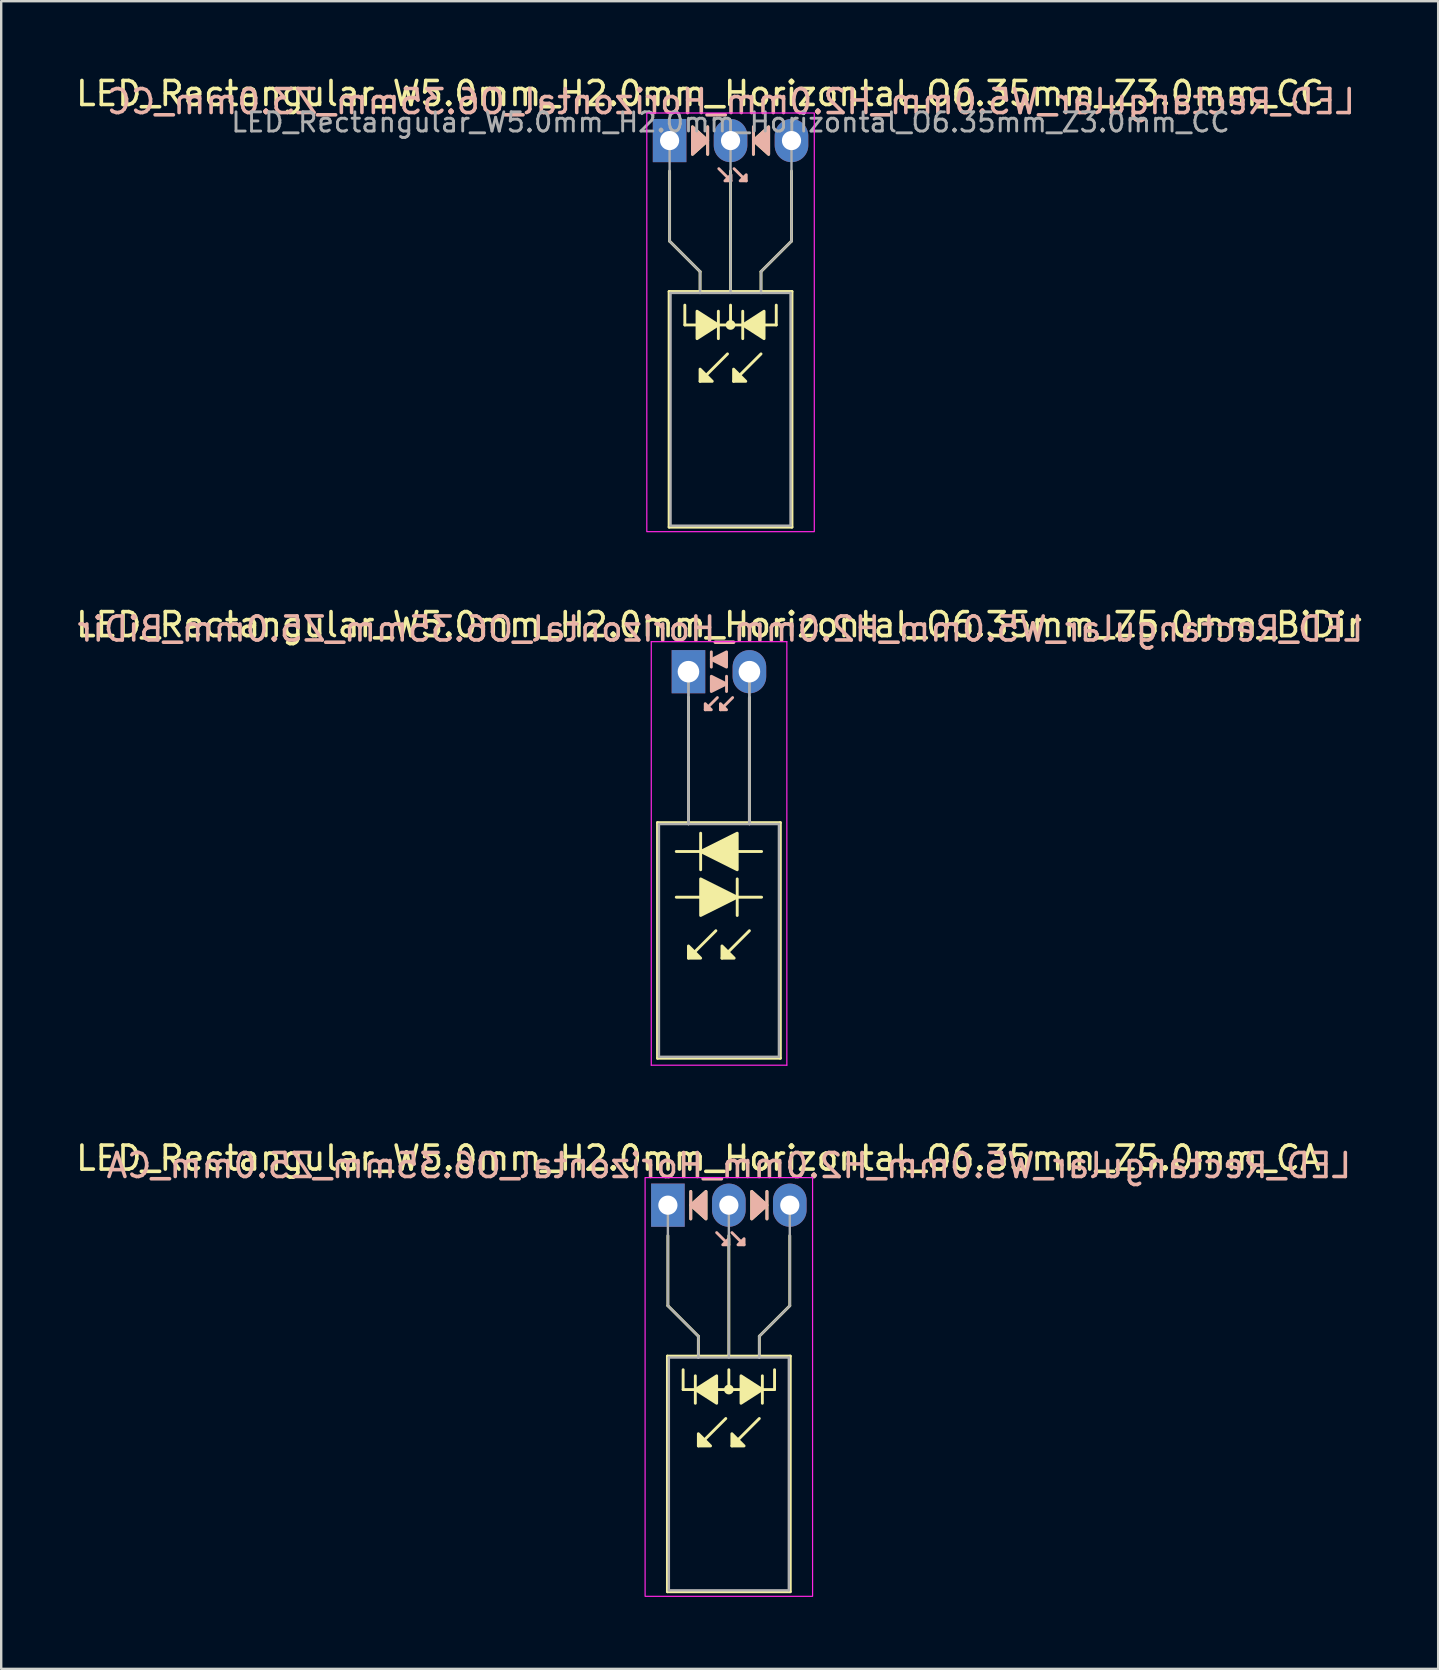
<source format=kicad_pcb>
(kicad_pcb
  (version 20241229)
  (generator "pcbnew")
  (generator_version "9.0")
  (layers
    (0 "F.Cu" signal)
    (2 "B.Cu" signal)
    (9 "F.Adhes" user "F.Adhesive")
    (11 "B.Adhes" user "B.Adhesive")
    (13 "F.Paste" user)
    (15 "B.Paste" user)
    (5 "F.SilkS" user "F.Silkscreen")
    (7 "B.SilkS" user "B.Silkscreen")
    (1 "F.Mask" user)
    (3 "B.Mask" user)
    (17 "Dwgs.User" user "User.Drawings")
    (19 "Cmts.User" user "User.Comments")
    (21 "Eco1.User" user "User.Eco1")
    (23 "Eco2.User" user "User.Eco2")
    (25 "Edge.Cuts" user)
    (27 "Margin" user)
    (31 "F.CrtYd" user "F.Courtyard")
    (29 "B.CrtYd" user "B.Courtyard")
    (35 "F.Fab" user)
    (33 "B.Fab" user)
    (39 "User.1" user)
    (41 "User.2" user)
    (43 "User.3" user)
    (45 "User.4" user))
  (footprint "LED_Rectangular_W5.0mm_H2.0mm_Horizontal_O6.35mm_Z5.0mm_BiDir"
    (layer "F.Cu")
    (at 25.641 24.942)
    (property "Reference" "LED_Rectangular_W5.0mm_H2.0mm_Horizontal_O6.35mm_Z5.0mm_BiDir" (at 1.27 -1.96 0) (layer "F.SilkS") (effects (font (size 1 1) (thickness 0.15))))
    (fp_line (start -1.29 6.29) (end -1.29 16.11) (stroke (width 0.12) (type solid)) (layer "F.SilkS"))
    (fp_line (start -1.29 16.11) (end 3.83 16.11) (stroke (width 0.12) (type solid)) (layer "F.SilkS"))
    (fp_line (start -0.508 9.398) (end 0.508 9.398) (stroke (width 0.12) (type solid)) (layer "F.SilkS"))
    (fp_line (start 0 1.08) (end 0 1.08) (stroke (width 0.12) (type solid)) (layer "F.SilkS"))
    (fp_line (start 0 1.08) (end 0 6.29) (stroke (width 0.12) (type solid)) (layer "F.SilkS"))
    (fp_line (start 0 6.29) (end 0 1.08) (stroke (width 0.12) (type solid)) (layer "F.SilkS"))
    (fp_line (start 0 6.29) (end 0 6.29) (stroke (width 0.12) (type solid)) (layer "F.SilkS"))
    (fp_line (start 0.508 6.731) (end 0.508 8.255) (stroke (width 0.12) (type solid)) (layer "F.SilkS"))
    (fp_line (start 0.508 7.493) (end -0.508 7.493) (stroke (width 0.12) (type solid)) (layer "F.SilkS"))
    (fp_line (start 1.143 10.795) (end 0 11.938) (stroke (width 0.12) (type solid)) (layer "F.SilkS"))
    (fp_line (start 2.032 9.398) (end 3.048 9.398) (stroke (width 0.12) (type solid)) (layer "F.SilkS"))
    (fp_line (start 2.032 10.16) (end 2.032 8.636) (stroke (width 0.12) (type solid)) (layer "F.SilkS"))
    (fp_line (start 2.54 1.08) (end 2.54 1.08) (stroke (width 0.12) (type solid)) (layer "F.SilkS"))
    (fp_line (start 2.54 1.08) (end 2.54 6.29) (stroke (width 0.12) (type solid)) (layer "F.SilkS"))
    (fp_line (start 2.54 6.29) (end 2.54 1.08) (stroke (width 0.12) (type solid)) (layer "F.SilkS"))
    (fp_line (start 2.54 6.29) (end 2.54 6.29) (stroke (width 0.12) (type solid)) (layer "F.SilkS"))
    (fp_line (start 2.54 10.795) (end 1.397 11.938) (stroke (width 0.12) (type solid)) (layer "F.SilkS"))
    (fp_line (start 3.048 7.493) (end 2.032 7.493) (stroke (width 0.12) (type solid)) (layer "F.SilkS"))
    (fp_line (start 3.83 6.29) (end -1.29 6.29) (stroke (width 0.12) (type solid)) (layer "F.SilkS"))
    (fp_line (start 3.83 16.11) (end 3.83 6.29) (stroke (width 0.12) (type solid)) (layer "F.SilkS"))
    (fp_poly (pts (xy 0 11.43) (xy 0.508 11.938) (xy 0 11.938)) (stroke (width 0.12) (type solid)) (fill yes) (layer "F.SilkS"))
    (fp_poly (pts (xy 0.508 8.636) (xy 2.032 9.398) (xy 0.508 10.16)) (stroke (width 0.12) (type solid)) (fill yes) (layer "F.SilkS"))
    (fp_poly (pts (xy 1.397 11.43) (xy 1.905 11.938) (xy 1.397 11.938)) (stroke (width 0.12) (type solid)) (fill yes) (layer "F.SilkS"))
    (fp_poly (pts (xy 2.032 8.255) (xy 0.508 7.493) (xy 2.032 6.731)) (stroke (width 0.12) (type solid)) (fill yes) (layer "F.SilkS"))
    (fp_line (start 0.953 -0.826) (end 0.953 -0.191) (stroke (width 0.12) (type solid)) (layer "B.SilkS"))
    (fp_line (start 1.206 1.079) (end 0.699 1.587) (stroke (width 0.12) (type solid)) (layer "B.SilkS"))
    (fp_line (start 1.587 0.826) (end 1.587 0.191) (stroke (width 0.12) (type solid)) (layer "B.SilkS"))
    (fp_line (start 1.841 1.079) (end 1.333 1.587) (stroke (width 0.12) (type solid)) (layer "B.SilkS"))
    (fp_poly (pts (xy 0.699 1.333) (xy 0.953 1.587) (xy 0.699 1.587)) (stroke (width 0.12) (type solid)) (fill yes) (layer "B.SilkS"))
    (fp_poly (pts (xy 0.953 0.191) (xy 1.587 0.508) (xy 0.953 0.826)) (stroke (width 0.12) (type solid)) (fill yes) (layer "B.SilkS"))
    (fp_poly (pts (xy 1.333 1.333) (xy 1.587 1.587) (xy 1.333 1.587)) (stroke (width 0.12) (type solid)) (fill yes) (layer "B.SilkS"))
    (fp_poly (pts (xy 1.587 -0.191) (xy 0.953 -0.508) (xy 1.587 -0.826)) (stroke (width 0.12) (type solid)) (fill yes) (layer "B.SilkS"))
    (fp_line (start -1.55 -1.25) (end -1.55 16.4) (stroke (width 0.05) (type solid)) (layer "F.CrtYd"))
    (fp_line (start -1.55 16.4) (end 4.1 16.4) (stroke (width 0.05) (type solid)) (layer "F.CrtYd"))
    (fp_line (start 4.1 -1.25) (end -1.55 -1.25) (stroke (width 0.05) (type solid)) (layer "F.CrtYd"))
    (fp_line (start 4.1 16.4) (end 4.1 -1.25) (stroke (width 0.05) (type solid)) (layer "F.CrtYd"))
    (fp_line (start -1.23 6.35) (end -1.23 16.05) (stroke (width 0.1) (type solid)) (layer "F.Fab"))
    (fp_line (start -1.23 16.05) (end 3.77 16.05) (stroke (width 0.1) (type solid)) (layer "F.Fab"))
    (fp_line (start 0 0) (end 0 0) (stroke (width 0.1) (type solid)) (layer "F.Fab"))
    (fp_line (start 0 0) (end 0 6.35) (stroke (width 0.1) (type solid)) (layer "F.Fab"))
    (fp_line (start 0 6.35) (end 0 0) (stroke (width 0.1) (type solid)) (layer "F.Fab"))
    (fp_line (start 0 6.35) (end 0 6.35) (stroke (width 0.1) (type solid)) (layer "F.Fab"))
    (fp_line (start 2.54 0) (end 2.54 0) (stroke (width 0.1) (type solid)) (layer "F.Fab"))
    (fp_line (start 2.54 0) (end 2.54 6.35) (stroke (width 0.1) (type solid)) (layer "F.Fab"))
    (fp_line (start 2.54 6.35) (end 2.54 0) (stroke (width 0.1) (type solid)) (layer "F.Fab"))
    (fp_line (start 2.54 6.35) (end 2.54 6.35) (stroke (width 0.1) (type solid)) (layer "F.Fab"))
    (fp_line (start 3.77 6.35) (end -1.23 6.35) (stroke (width 0.1) (type solid)) (layer "F.Fab"))
    (fp_line (start 3.77 16.05) (end 3.77 6.35) (stroke (width 0.1) (type solid)) (layer "F.Fab"))
    (fp_text user "${REFERENCE}" (at 1.333 -1.778 0) (layer "B.SilkS") (effects (font (size 1 1) (thickness 0.15)) (justify mirror)))
    (pad "1" thru_hole rect (at 0 0) (size 1.4 1.8) (drill 0.9) (layers "*.Cu" "*.Mask"))
    (pad "2" thru_hole oval (at 2.54 0) (size 1.4 1.8) (drill 0.9) (layers "*.Cu" "*.Mask")))
  (footprint "LED_Rectangular_W5.0mm_H2.0mm_Horizontal_O6.35mm_Z3.0mm_CC"
    (layer "F.Cu")
    (at 24.855 2.808)
    (property "Reference" "LED_Rectangular_W5.0mm_H2.0mm_Horizontal_O6.35mm_Z3.0mm_CC" (at 1.27 -1.96 0) (layer "F.SilkS") (effects (font (size 1 1) (thickness 0.15))))
    (fp_line (start -0.02 6.29) (end -0.02 16.11) (stroke (width 0.12) (type solid)) (layer "F.SilkS"))
    (fp_line (start -0.02 16.11) (end 5.1 16.11) (stroke (width 0.12) (type solid)) (layer "F.SilkS"))
    (fp_line (start 0 1.27) (end 0 4.191) (stroke (width 0.12) (type default)) (layer "F.SilkS"))
    (fp_line (start 0 4.191) (end 1.27 5.461) (stroke (width 0.12) (type default)) (layer "F.SilkS"))
    (fp_line (start 0.635 7.684) (end 0.635 6.858) (stroke (width 0.12) (type default)) (layer "F.SilkS"))
    (fp_line (start 0.635 7.684) (end 4.445 7.684) (stroke (width 0.12) (type default)) (layer "F.SilkS"))
    (fp_line (start 1.27 5.461) (end 1.27 6.29) (stroke (width 0.12) (type default)) (layer "F.SilkS"))
    (fp_line (start 1.27 6.29) (end 1.27 6.29) (stroke (width 0.12) (type solid)) (layer "F.SilkS"))
    (fp_line (start 1.587 0.572) (end 1.587 -0.572) (stroke (width 0.12) (type solid)) (layer "F.SilkS"))
    (fp_line (start 2.032 8.255) (end 2.032 7.112) (stroke (width 0.12) (type solid)) (layer "F.SilkS"))
    (fp_line (start 2.413 8.89) (end 1.27 10.033) (stroke (width 0.12) (type solid)) (layer "F.SilkS"))
    (fp_line (start 2.54 6.29) (end 2.54 1.27) (stroke (width 0.12) (type default)) (layer "F.SilkS"))
    (fp_line (start 2.54 7.684) (end 2.54 6.858) (stroke (width 0.12) (type default)) (layer "F.SilkS"))
    (fp_line (start 3.048 7.112) (end 3.048 8.255) (stroke (width 0.12) (type solid)) (layer "F.SilkS"))
    (fp_line (start 3.493 -0.572) (end 3.493 0.572) (stroke (width 0.12) (type solid)) (layer "F.SilkS"))
    (fp_line (start 3.81 5.461) (end 3.81 6.29) (stroke (width 0.12) (type default)) (layer "F.SilkS"))
    (fp_line (start 3.81 6.29) (end 3.81 6.29) (stroke (width 0.12) (type solid)) (layer "F.SilkS"))
    (fp_line (start 3.81 8.89) (end 2.667 10.033) (stroke (width 0.12) (type solid)) (layer "F.SilkS"))
    (fp_line (start 4.445 7.684) (end 4.445 6.858) (stroke (width 0.12) (type default)) (layer "F.SilkS"))
    (fp_line (start 5.08 1.27) (end 5.08 4.191) (stroke (width 0.12) (type default)) (layer "F.SilkS"))
    (fp_line (start 5.08 4.191) (end 3.81 5.461) (stroke (width 0.12) (type default)) (layer "F.SilkS"))
    (fp_line (start 5.1 6.29) (end -0.02 6.29) (stroke (width 0.12) (type solid)) (layer "F.SilkS"))
    (fp_line (start 5.1 16.11) (end 5.1 6.29) (stroke (width 0.12) (type solid)) (layer "F.SilkS"))
    (fp_circle (center 2.54 7.684) (end 2.682 7.684) (stroke (width 0.12) (type solid)) (fill yes) (layer "F.SilkS"))
    (fp_poly (pts (xy 0.953 -0.572) (xy 1.587 0) (xy 0.953 0.572)) (stroke (width 0.12) (type solid)) (fill yes) (layer "F.SilkS"))
    (fp_poly (pts (xy 1.143 7.112) (xy 2.032 7.684) (xy 1.143 8.255)) (stroke (width 0.12) (type solid)) (fill yes) (layer "F.SilkS"))
    (fp_poly (pts (xy 1.27 9.525) (xy 1.778 10.033) (xy 1.27 10.033)) (stroke (width 0.12) (type solid)) (fill yes) (layer "F.SilkS"))
    (fp_poly (pts (xy 2.667 9.525) (xy 3.175 10.033) (xy 2.667 10.033)) (stroke (width 0.12) (type solid)) (fill yes) (layer "F.SilkS"))
    (fp_poly (pts (xy 3.937 8.255) (xy 3.048 7.684) (xy 3.937 7.112)) (stroke (width 0.12) (type solid)) (fill yes) (layer "F.SilkS"))
    (fp_poly (pts (xy 4.128 0.572) (xy 3.493 0) (xy 4.128 -0.572)) (stroke (width 0.12) (type solid)) (fill yes) (layer "F.SilkS"))
    (fp_line (start 1.587 0.572) (end 1.587 -0.572) (stroke (width 0.12) (type solid)) (layer "B.SilkS"))
    (fp_line (start 2.559 1.679) (end 2.051 1.171) (stroke (width 0.12) (type solid)) (layer "B.SilkS"))
    (fp_line (start 3.194 1.679) (end 2.686 1.171) (stroke (width 0.12) (type solid)) (layer "B.SilkS"))
    (fp_line (start 3.493 -0.572) (end 3.493 0.572) (stroke (width 0.12) (type solid)) (layer "B.SilkS"))
    (fp_poly (pts (xy 0.953 0.572) (xy 1.587 0) (xy 0.953 -0.572)) (stroke (width 0.12) (type solid)) (fill yes) (layer "B.SilkS"))
    (fp_poly (pts (xy 2.559 1.425) (xy 2.305 1.679) (xy 2.559 1.679)) (stroke (width 0.12) (type solid)) (fill yes) (layer "B.SilkS"))
    (fp_poly (pts (xy 3.194 1.425) (xy 2.94 1.679) (xy 3.194 1.679)) (stroke (width 0.12) (type solid)) (fill yes) (layer "B.SilkS"))
    (fp_poly (pts (xy 4.128 0.572) (xy 3.493 0) (xy 4.128 -0.572)) (stroke (width 0.12) (type solid)) (fill yes) (layer "B.SilkS"))
    (fp_rect (start -0.95 -1.15) (end 6.03 16.3) (stroke (width 0.05) (type default)) (fill no) (layer "F.CrtYd"))
    (fp_line (start 0 0) (end 0 0) (stroke (width 0.1) (type solid)) (layer "F.Fab"))
    (fp_line (start 0 4.191) (end 0 0) (stroke (width 0.1) (type default)) (layer "F.Fab"))
    (fp_line (start 0.04 6.35) (end 0.04 16.05) (stroke (width 0.1) (type solid)) (layer "F.Fab"))
    (fp_line (start 0.04 16.05) (end 5.04 16.05) (stroke (width 0.1) (type solid)) (layer "F.Fab"))
    (fp_line (start 1.27 5.461) (end 0 4.191) (stroke (width 0.1) (type default)) (layer "F.Fab"))
    (fp_line (start 1.27 5.461) (end 1.27 6.35) (stroke (width 0.1) (type default)) (layer "F.Fab"))
    (fp_line (start 1.27 6.35) (end 1.27 6.35) (stroke (width 0.1) (type solid)) (layer "F.Fab"))
    (fp_line (start 2.54 0) (end 2.54 0) (stroke (width 0.1) (type solid)) (layer "F.Fab"))
    (fp_line (start 2.54 0) (end 2.54 6.35) (stroke (width 0.1) (type default)) (layer "F.Fab"))
    (fp_line (start 3.81 5.461) (end 3.81 6.35) (stroke (width 0.1) (type default)) (layer "F.Fab"))
    (fp_line (start 3.81 5.461) (end 5.08 4.191) (stroke (width 0.1) (type default)) (layer "F.Fab"))
    (fp_line (start 3.81 6.35) (end 3.81 6.35) (stroke (width 0.1) (type solid)) (layer "F.Fab"))
    (fp_line (start 5.04 6.35) (end 0.04 6.35) (stroke (width 0.1) (type solid)) (layer "F.Fab"))
    (fp_line (start 5.04 16.05) (end 5.04 6.35) (stroke (width 0.1) (type solid)) (layer "F.Fab"))
    (fp_line (start 5.08 4.191) (end 5.08 0) (stroke (width 0.1) (type default)) (layer "F.Fab"))
    (fp_text user "${REFERENCE}" (at 2.559 -1.623 0) (layer "B.SilkS") (effects (font (size 1 1) (thickness 0.15)) (justify mirror)))
    (fp_text user "${REFERENCE}" (at 2.54 -0.762 0) (layer "F.Fab") (effects (font (size 0.8 0.8) (thickness 0.12))))
    (pad "1" thru_hole rect (at 0 0) (size 1.4 1.8) (drill 0.8) (layers "*.Cu" "*.Mask"))
    (pad "2" thru_hole oval (at 2.54 0) (size 1.4 1.8) (drill 0.8) (layers "*.Cu" "*.Mask"))
    (pad "3" thru_hole oval (at 5.08 0) (size 1.4 1.8) (drill 0.8) (layers "*.Cu" "*.Mask")))
  (footprint "LED_Rectangular_W5.0mm_H2.0mm_Horizontal_O6.35mm_Z5.0mm_CA"
    (layer "F.Cu")
    (at 24.784 47.175)
    (property "Reference" "LED_Rectangular_W5.0mm_H2.0mm_Horizontal_O6.35mm_Z5.0mm_CA" (at 1.27 -1.96 0) (layer "F.SilkS") (effects (font (size 1 1) (thickness 0.15))))
    (fp_line (start -0.02 6.29) (end -0.02 16.11) (stroke (width 0.12) (type solid)) (layer "F.SilkS"))
    (fp_line (start -0.02 16.11) (end 5.1 16.11) (stroke (width 0.12) (type solid)) (layer "F.SilkS"))
    (fp_line (start 0 1.27) (end 0 4.191) (stroke (width 0.12) (type default)) (layer "F.SilkS"))
    (fp_line (start 0 4.191) (end 1.27 5.461) (stroke (width 0.12) (type default)) (layer "F.SilkS"))
    (fp_line (start 0.635 7.684) (end 0.635 6.858) (stroke (width 0.12) (type default)) (layer "F.SilkS"))
    (fp_line (start 0.635 7.684) (end 4.445 7.684) (stroke (width 0.12) (type default)) (layer "F.SilkS"))
    (fp_line (start 0.953 -0.572) (end 0.953 0.572) (stroke (width 0.12) (type solid)) (layer "F.SilkS"))
    (fp_line (start 1.143 7.112) (end 1.143 8.255) (stroke (width 0.12) (type solid)) (layer "F.SilkS"))
    (fp_line (start 1.27 5.461) (end 1.27 6.29) (stroke (width 0.12) (type default)) (layer "F.SilkS"))
    (fp_line (start 1.27 6.29) (end 1.27 6.29) (stroke (width 0.12) (type solid)) (layer "F.SilkS"))
    (fp_line (start 2.413 8.89) (end 1.27 10.033) (stroke (width 0.12) (type solid)) (layer "F.SilkS"))
    (fp_line (start 2.54 6.29) (end 2.54 1.27) (stroke (width 0.12) (type default)) (layer "F.SilkS"))
    (fp_line (start 2.54 7.684) (end 2.54 6.858) (stroke (width 0.12) (type default)) (layer "F.SilkS"))
    (fp_line (start 3.81 5.461) (end 3.81 6.29) (stroke (width 0.12) (type default)) (layer "F.SilkS"))
    (fp_line (start 3.81 6.29) (end 3.81 6.29) (stroke (width 0.12) (type solid)) (layer "F.SilkS"))
    (fp_line (start 3.81 8.89) (end 2.667 10.033) (stroke (width 0.12) (type solid)) (layer "F.SilkS"))
    (fp_line (start 3.937 8.255) (end 3.937 7.112) (stroke (width 0.12) (type solid)) (layer "F.SilkS"))
    (fp_line (start 4.128 0.572) (end 4.128 -0.572) (stroke (width 0.12) (type solid)) (layer "F.SilkS"))
    (fp_line (start 4.445 7.684) (end 4.445 6.858) (stroke (width 0.12) (type default)) (layer "F.SilkS"))
    (fp_line (start 5.08 1.27) (end 5.08 4.191) (stroke (width 0.12) (type default)) (layer "F.SilkS"))
    (fp_line (start 5.08 4.191) (end 3.81 5.461) (stroke (width 0.12) (type default)) (layer "F.SilkS"))
    (fp_line (start 5.1 6.29) (end -0.02 6.29) (stroke (width 0.12) (type solid)) (layer "F.SilkS"))
    (fp_line (start 5.1 16.11) (end 5.1 6.29) (stroke (width 0.12) (type solid)) (layer "F.SilkS"))
    (fp_circle (center 2.54 7.684) (end 2.682 7.684) (stroke (width 0.12) (type solid)) (fill yes) (layer "F.SilkS"))
    (fp_poly (pts (xy 1.27 9.525) (xy 1.778 10.033) (xy 1.27 10.033)) (stroke (width 0.12) (type solid)) (fill yes) (layer "F.SilkS"))
    (fp_poly (pts (xy 1.587 0.572) (xy 0.953 0) (xy 1.587 -0.572)) (stroke (width 0.12) (type solid)) (fill yes) (layer "F.SilkS"))
    (fp_poly (pts (xy 2.032 8.255) (xy 1.143 7.684) (xy 2.032 7.112)) (stroke (width 0.12) (type solid)) (fill yes) (layer "F.SilkS"))
    (fp_poly (pts (xy 2.667 9.525) (xy 3.175 10.033) (xy 2.667 10.033)) (stroke (width 0.12) (type solid)) (fill yes) (layer "F.SilkS"))
    (fp_poly (pts (xy 3.048 7.112) (xy 3.937 7.684) (xy 3.048 8.255)) (stroke (width 0.12) (type solid)) (fill yes) (layer "F.SilkS"))
    (fp_poly (pts (xy 3.493 -0.572) (xy 4.128 0) (xy 3.493 0.572)) (stroke (width 0.12) (type solid)) (fill yes) (layer "F.SilkS"))
    (fp_line (start 0.953 -0.572) (end 0.953 0.572) (stroke (width 0.12) (type solid)) (layer "B.SilkS"))
    (fp_line (start 2.54 1.651) (end 2.032 1.143) (stroke (width 0.12) (type solid)) (layer "B.SilkS"))
    (fp_line (start 3.175 1.651) (end 2.667 1.143) (stroke (width 0.12) (type solid)) (layer "B.SilkS"))
    (fp_line (start 4.128 0.572) (end 4.128 -0.572) (stroke (width 0.12) (type solid)) (layer "B.SilkS"))
    (fp_poly (pts (xy 1.587 0.572) (xy 0.953 0) (xy 1.587 -0.572)) (stroke (width 0.12) (type solid)) (fill yes) (layer "B.SilkS"))
    (fp_poly (pts (xy 2.54 1.397) (xy 2.286 1.651) (xy 2.54 1.651)) (stroke (width 0.12) (type solid)) (fill yes) (layer "B.SilkS"))
    (fp_poly (pts (xy 3.175 1.397) (xy 2.921 1.651) (xy 3.175 1.651)) (stroke (width 0.12) (type solid)) (fill yes) (layer "B.SilkS"))
    (fp_poly (pts (xy 3.493 0.572) (xy 4.128 0) (xy 3.493 -0.572)) (stroke (width 0.12) (type solid)) (fill yes) (layer "B.SilkS"))
    (fp_rect (start -0.95 -1.15) (end 6.03 16.3) (stroke (width 0.05) (type default)) (fill no) (layer "F.CrtYd"))
    (fp_line (start 0 0) (end 0 0) (stroke (width 0.1) (type solid)) (layer "F.Fab"))
    (fp_line (start 0 4.191) (end 0 0) (stroke (width 0.1) (type default)) (layer "F.Fab"))
    (fp_line (start 0.04 6.35) (end 0.04 16.05) (stroke (width 0.1) (type solid)) (layer "F.Fab"))
    (fp_line (start 0.04 16.05) (end 5.04 16.05) (stroke (width 0.1) (type solid)) (layer "F.Fab"))
    (fp_line (start 1.27 5.461) (end 0 4.191) (stroke (width 0.1) (type default)) (layer "F.Fab"))
    (fp_line (start 1.27 5.461) (end 1.27 6.35) (stroke (width 0.1) (type default)) (layer "F.Fab"))
    (fp_line (start 1.27 6.35) (end 1.27 6.35) (stroke (width 0.1) (type solid)) (layer "F.Fab"))
    (fp_line (start 2.54 0) (end 2.54 0) (stroke (width 0.1) (type solid)) (layer "F.Fab"))
    (fp_line (start 2.54 0) (end 2.54 6.35) (stroke (width 0.1) (type default)) (layer "F.Fab"))
    (fp_line (start 3.81 5.461) (end 3.81 6.35) (stroke (width 0.1) (type default)) (layer "F.Fab"))
    (fp_line (start 3.81 5.461) (end 5.08 4.191) (stroke (width 0.1) (type default)) (layer "F.Fab"))
    (fp_line (start 3.81 6.35) (end 3.81 6.35) (stroke (width 0.1) (type solid)) (layer "F.Fab"))
    (fp_line (start 5.04 6.35) (end 0.04 6.35) (stroke (width 0.1) (type solid)) (layer "F.Fab"))
    (fp_line (start 5.04 16.05) (end 5.04 6.35) (stroke (width 0.1) (type solid)) (layer "F.Fab"))
    (fp_line (start 5.08 4.191) (end 5.08 0) (stroke (width 0.1) (type default)) (layer "F.Fab"))
    (fp_text user "${REFERENCE}" (at 2.54 -1.651 0) (layer "B.SilkS") (effects (font (size 1 1) (thickness 0.15)) (justify mirror)))
    (pad "1" thru_hole rect (at 0 0) (size 1.4 1.8) (drill 0.8) (layers "*.Cu" "*.Mask"))
    (pad "2" thru_hole oval (at 2.54 0) (size 1.4 1.8) (drill 0.8) (layers "*.Cu" "*.Mask"))
    (pad "3" thru_hole oval (at 5.08 0) (size 1.4 1.8) (drill 0.8) (layers "*.Cu" "*.Mask")))
  (gr_rect
    (start -3 -3)
    (end 56.885 66.5)
    (stroke (width 0.1) (type default))
    (fill no)
    (layer "Edge.Cuts")))
</source>
